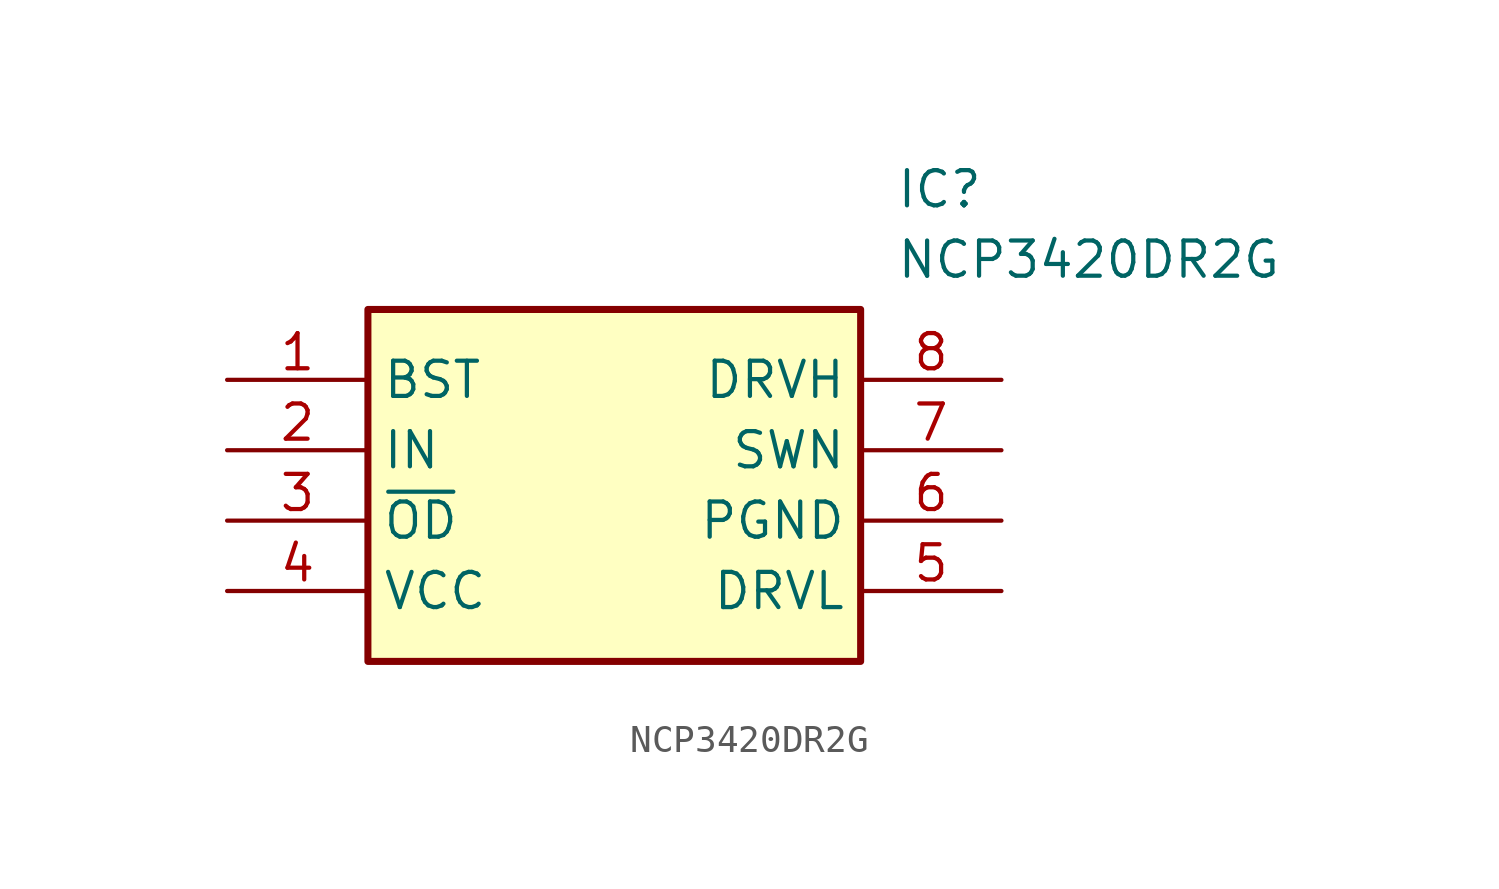
<source format=kicad_sym>
(kicad_symbol_lib
  (version 20211014)
  (generator SamacSys_ECAD_Model)
  (symbol "NCP3420DR2G"
    (property "Reference" "IC"
      (at 24.13 7.62 0)
      (effects (font (size 1.27 1.27)) (justify left top)))
    (property "Value" "NCP3420DR2G"
      (at 24.13 5.08 0)
      (effects (font (size 1.27 1.27)) (justify left top)))
    (rectangle
      (start 5.08 2.54)
      (end 22.86 -10.16)
      (stroke (width 0.254) (type default))
      (fill (type background)))
    (pin passive line
      (at 0 0 0)
      (length 5.08)
      (name "BST" (effects (font (size 1.27 1.27))))
      (number "1" (effects (font (size 1.27 1.27)))))
    (pin passive line
      (at 0 -2.54 0)
      (length 5.08)
      (name "IN" (effects (font (size 1.27 1.27))))
      (number "2" (effects (font (size 1.27 1.27)))))
    (pin passive line
      (at 0 -5.08 0)
      (length 5.08)
      (name "~{OD}" (effects (font (size 1.27 1.27))))
      (number "3" (effects (font (size 1.27 1.27)))))
    (pin passive line
      (at 0 -7.62 0)
      (length 5.08)
      (name "VCC" (effects (font (size 1.27 1.27))))
      (number "4" (effects (font (size 1.27 1.27)))))
    (pin passive line
      (at 27.94 0 180)
      (length 5.08)
      (name "DRVH" (effects (font (size 1.27 1.27))))
      (number "8" (effects (font (size 1.27 1.27)))))
    (pin passive line
      (at 27.94 -2.54 180)
      (length 5.08)
      (name "SWN" (effects (font (size 1.27 1.27))))
      (number "7" (effects (font (size 1.27 1.27)))))
    (pin passive line
      (at 27.94 -5.08 180)
      (length 5.08)
      (name "PGND" (effects (font (size 1.27 1.27))))
      (number "6" (effects (font (size 1.27 1.27)))))
    (pin passive line
      (at 27.94 -7.62 180)
      (length 5.08)
      (name "DRVL" (effects (font (size 1.27 1.27))))
      (number "5" (effects (font (size 1.27 1.27)))))))
</source>
